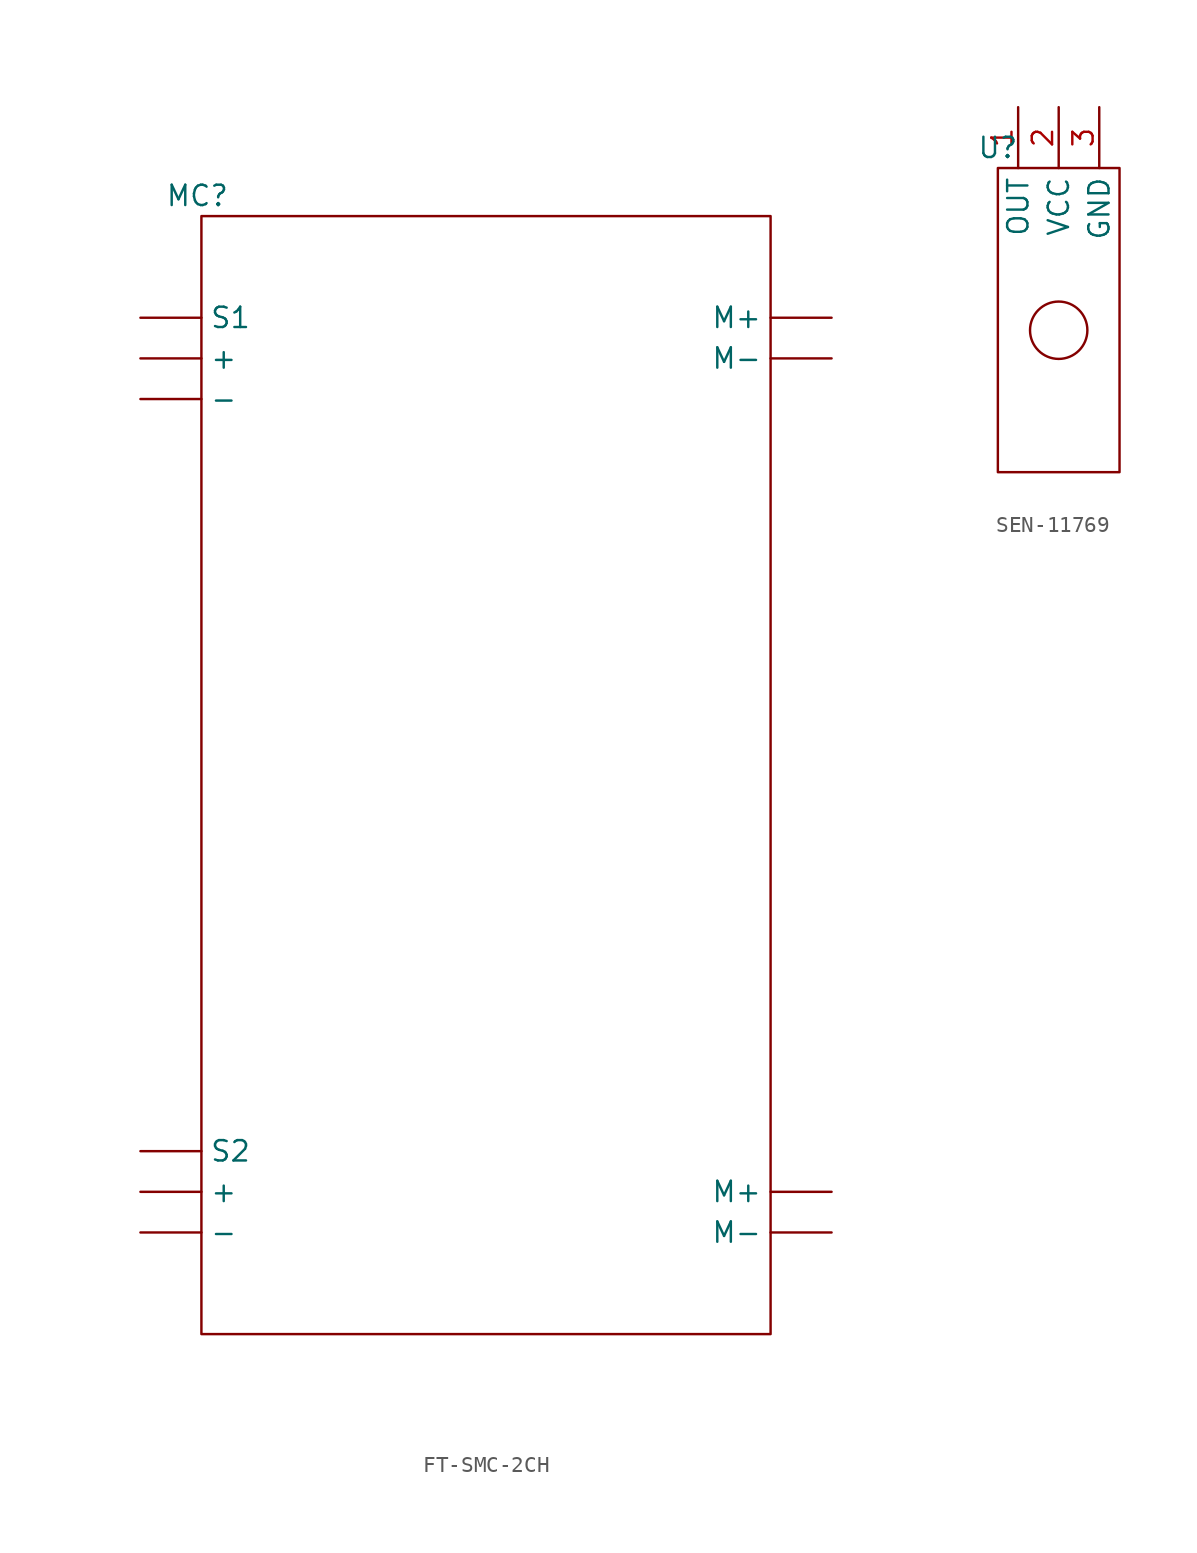
<source format=kicad_sym>
(kicad_symbol_lib
  (version 20231120)
  (generator "kicad_symbol_editor")
  (generator_version "8.0")
  (symbol "FT-SMC-2CH"
    (property "Reference" "MC"
      (at -0.254 1.27 0)
      (effects (font (size 1.27 1.27))))
    (property "Value" ""
      (at -0.254 1.27 0)
      (effects (font (size 1.27 1.27))))
    (symbol "FT-SMC-2CH_0_1"
      (rectangle (start 0 0) (end 35.56 -69.85) (stroke (width 0) (type default)) (fill (type none))))
    (symbol "FT-SMC-2CH_1_1"
      (pin input line (at -3.81 -60.96 0) (length 3.81) (name "+" (effects (font (size 1.27 1.27)))) (number "" (effects (font (size 1.27 1.27)))))
      (pin input line (at -3.81 -8.89 0) (length 3.81) (name "+" (effects (font (size 1.27 1.27)))) (number "" (effects (font (size 1.27 1.27)))))
      (pin input line (at -3.81 -63.5 0) (length 3.81) (name "-" (effects (font (size 1.27 1.27)))) (number "" (effects (font (size 1.27 1.27)))))
      (pin input line (at -3.81 -11.43 0) (length 3.81) (name "-" (effects (font (size 1.27 1.27)))) (number "" (effects (font (size 1.27 1.27)))))
      (pin output line (at 39.37 -60.96 180) (length 3.81) (name "M+" (effects (font (size 1.27 1.27)))) (number "" (effects (font (size 1.27 1.27)))))
      (pin output line (at 39.37 -6.35 180) (length 3.81) (name "M+" (effects (font (size 1.27 1.27)))) (number "" (effects (font (size 1.27 1.27)))))
      (pin output line (at 39.37 -63.5 180) (length 3.81) (name "M-" (effects (font (size 1.27 1.27)))) (number "" (effects (font (size 1.27 1.27)))))
      (pin output line (at 39.37 -8.89 180) (length 3.81) (name "M-" (effects (font (size 1.27 1.27)))) (number "" (effects (font (size 1.27 1.27)))))
      (pin input line (at -3.81 -6.35 0) (length 3.81) (name "S1" (effects (font (size 1.27 1.27)))) (number "" (effects (font (size 1.27 1.27)))))
      (pin input line (at -3.81 -58.42 0) (length 3.81) (name "S2" (effects (font (size 1.27 1.27)))) (number "" (effects (font (size 1.27 1.27)))))))
  (symbol "SEN-11769"
    (property "Reference" "U"
      (at 0 1.27 0)
      (effects (font (size 1.27 1.27))))
    (property "Value" ""
      (at 0 0 0)
      (effects (font (size 1.27 1.27))))
    (symbol "SEN-11769_0_1"
      (rectangle (start 0 0) (end 7.62 -19.05) (stroke (width 0) (type default)) (fill (type none)))
      (circle (center 3.81 -10.16) (radius 1.796) (stroke (width 0) (type default)) (fill (type none))))
    (symbol "SEN-11769_1_1"
      (pin input line (at 1.27 3.81 270) (length 3.81) (name "OUT" (effects (font (size 1.27 1.27)))) (number "1" (effects (font (size 1.27 1.27)))))
      (pin input line (at 3.81 3.81 270) (length 3.81) (name "VCC" (effects (font (size 1.27 1.27)))) (number "2" (effects (font (size 1.27 1.27)))))
      (pin input line (at 6.35 3.81 270) (length 3.81) (name "GND" (effects (font (size 1.27 1.27)))) (number "3" (effects (font (size 1.27 1.27))))))))
</source>
